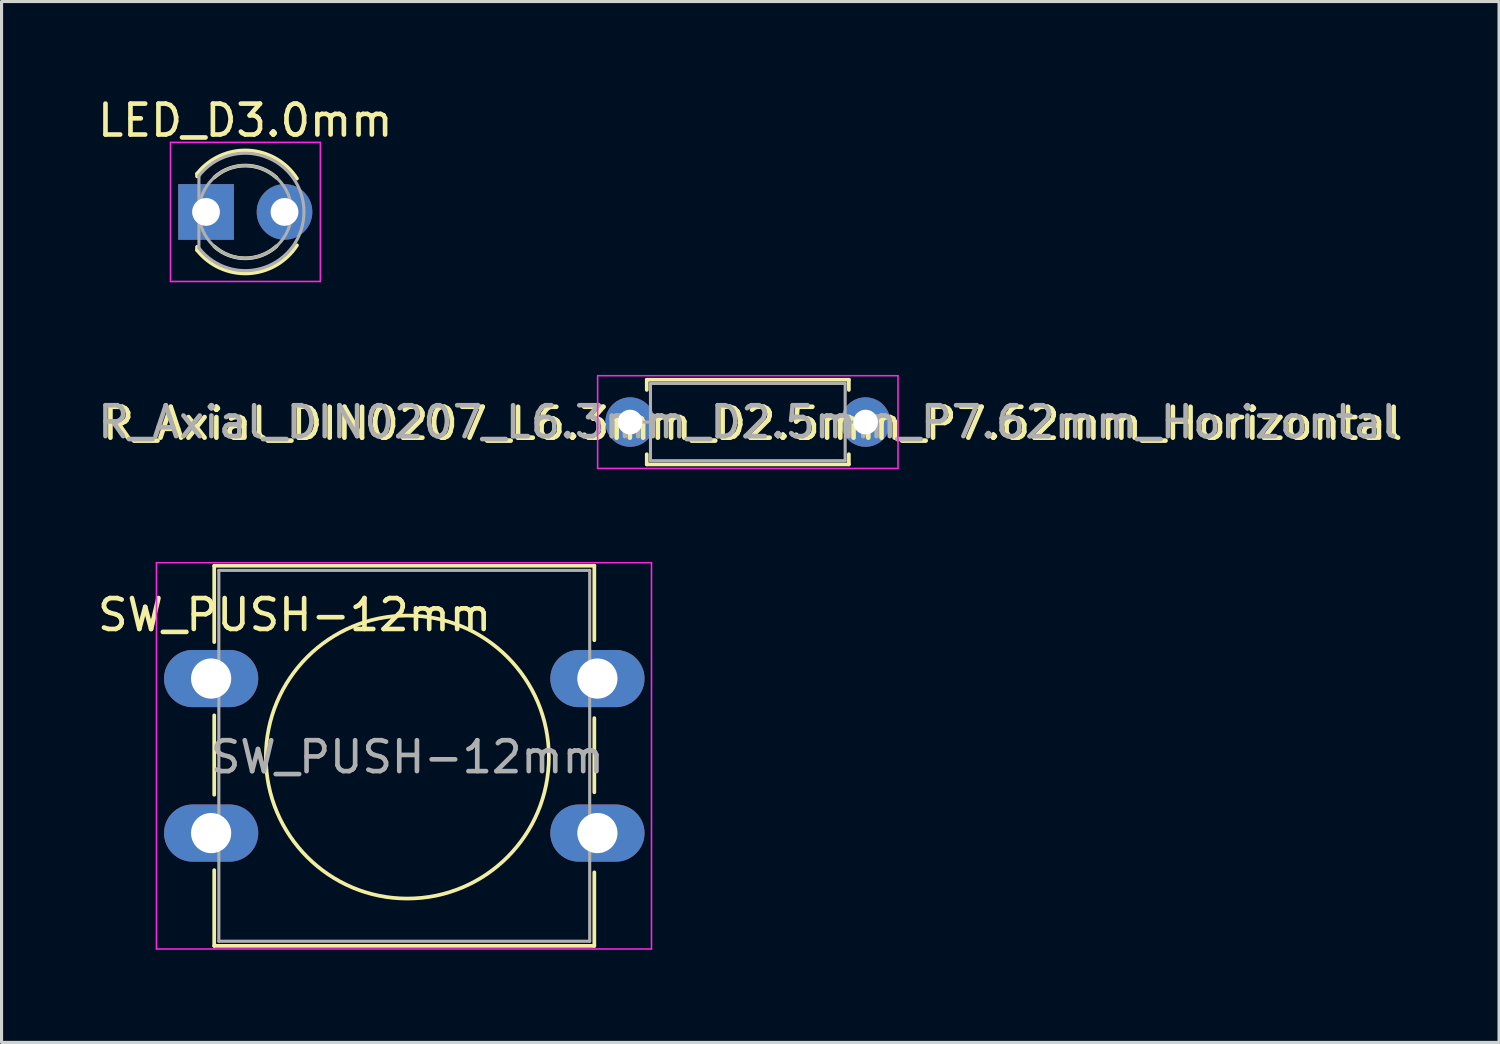
<source format=kicad_pcb>
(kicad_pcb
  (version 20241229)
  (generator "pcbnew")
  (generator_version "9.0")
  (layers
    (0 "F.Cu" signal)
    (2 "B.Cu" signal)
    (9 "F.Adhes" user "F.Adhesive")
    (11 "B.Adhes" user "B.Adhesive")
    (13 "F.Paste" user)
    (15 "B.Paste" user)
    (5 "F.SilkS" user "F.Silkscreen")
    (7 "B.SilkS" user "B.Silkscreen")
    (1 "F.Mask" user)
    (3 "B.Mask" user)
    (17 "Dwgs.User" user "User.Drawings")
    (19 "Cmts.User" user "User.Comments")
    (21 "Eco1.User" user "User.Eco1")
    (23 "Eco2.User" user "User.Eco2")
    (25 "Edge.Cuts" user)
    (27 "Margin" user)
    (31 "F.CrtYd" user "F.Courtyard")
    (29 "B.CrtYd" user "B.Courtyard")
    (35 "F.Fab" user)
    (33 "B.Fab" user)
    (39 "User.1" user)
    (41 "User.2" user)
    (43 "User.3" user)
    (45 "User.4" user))
  (footprint "R_Axial_DIN0207_L6.3mm_D2.5mm_P7.62mm_Horizontal"
    (layer "F.Cu")
    (at 17.339 10.608)
    (property "Reference" "R_Axial_DIN0207_L6.3mm_D2.5mm_P7.62mm_Horizontal" (at 3.97 0.05 0) (layer "F.SilkS") (effects (font (size 1 1) (thickness 0.15))))
    (attr through_hole)
    (fp_line (start 0.54 -1.37) (end 7.08 -1.37) (stroke (width 0.12) (type solid)) (layer "F.SilkS"))
    (fp_line (start 0.54 -1.04) (end 0.54 -1.37) (stroke (width 0.12) (type solid)) (layer "F.SilkS"))
    (fp_line (start 0.54 1.04) (end 0.54 1.37) (stroke (width 0.12) (type solid)) (layer "F.SilkS"))
    (fp_line (start 0.54 1.37) (end 7.08 1.37) (stroke (width 0.12) (type solid)) (layer "F.SilkS"))
    (fp_line (start 7.08 -1.37) (end 7.08 -1.04) (stroke (width 0.12) (type solid)) (layer "F.SilkS"))
    (fp_line (start 7.08 1.37) (end 7.08 1.04) (stroke (width 0.12) (type solid)) (layer "F.SilkS"))
    (fp_line (start -1.05 -1.5) (end -1.05 1.5) (stroke (width 0.05) (type solid)) (layer "F.CrtYd"))
    (fp_line (start -1.05 1.5) (end 8.67 1.5) (stroke (width 0.05) (type solid)) (layer "F.CrtYd"))
    (fp_line (start 8.67 -1.5) (end -1.05 -1.5) (stroke (width 0.05) (type solid)) (layer "F.CrtYd"))
    (fp_line (start 8.67 1.5) (end 8.67 -1.5) (stroke (width 0.05) (type solid)) (layer "F.CrtYd"))
    (fp_line (start 0 0) (end 0.66 0) (stroke (width 0.1) (type solid)) (layer "F.Fab"))
    (fp_line (start 0.66 -1.25) (end 0.66 1.25) (stroke (width 0.1) (type solid)) (layer "F.Fab"))
    (fp_line (start 0.66 1.25) (end 6.96 1.25) (stroke (width 0.1) (type solid)) (layer "F.Fab"))
    (fp_line (start 6.96 -1.25) (end 0.66 -1.25) (stroke (width 0.1) (type solid)) (layer "F.Fab"))
    (fp_line (start 6.96 1.25) (end 6.96 -1.25) (stroke (width 0.1) (type solid)) (layer "F.Fab"))
    (fp_line (start 7.62 0) (end 6.96 0) (stroke (width 0.1) (type solid)) (layer "F.Fab"))
    (fp_text user "${REFERENCE}" (at 3.81 0 0) (layer "F.Fab") (effects (font (size 1 1) (thickness 0.15))))
    (pad "1" thru_hole circle (at 0 0) (size 1.6 1.6) (drill 0.8) (layers "*.Cu" "*.Mask"))
    (pad "2" thru_hole oval (at 7.62 0) (size 1.6 1.6) (drill 0.8) (layers "*.Cu" "*.Mask")))
  (footprint "LED_D3.0mm"
    (layer "F.Cu")
    (at 3.617 3.808)
    (property "Reference" "LED_D3.0mm" (at 1.27 -2.96 0) (layer "F.SilkS") (effects (font (size 1 1) (thickness 0.15))))
    (attr through_hole)
    (fp_line (start -0.29 -1.236) (end -0.29 -1.15) (stroke (width 0.12) (type solid)) (layer "F.SilkS"))
    (fp_line (start -0.29 1.13) (end -0.29 1.236) (stroke (width 0.12) (type solid)) (layer "F.SilkS"))
    (fp_arc (start -0.29 -1.235516) (mid 1.366487 -1.987659) (end 2.942335 -1.078608) (stroke (width 0.12) (type solid)) (layer "F.SilkS"))
    (fp_arc (start 0.270488 -1.119454) (mid 1.27706 -1.500717) (end 2.28 -1.11) (stroke (width 0.12) (type solid)) (layer "F.SilkS"))
    (fp_arc (start 2.28 1.11) (mid 1.27706 1.500717) (end 0.270488 1.119454) (stroke (width 0.12) (type solid)) (layer "F.SilkS"))
    (fp_arc (start 2.942335 1.078608) (mid 1.366487 1.987659) (end -0.29 1.235516) (stroke (width 0.12) (type solid)) (layer "F.SilkS"))
    (fp_line (start -1.15 -2.25) (end -1.15 2.25) (stroke (width 0.05) (type solid)) (layer "F.CrtYd"))
    (fp_line (start -1.15 2.25) (end 3.7 2.25) (stroke (width 0.05) (type solid)) (layer "F.CrtYd"))
    (fp_line (start 3.7 -2.25) (end -1.15 -2.25) (stroke (width 0.05) (type solid)) (layer "F.CrtYd"))
    (fp_line (start 3.7 2.25) (end 3.7 -2.25) (stroke (width 0.05) (type solid)) (layer "F.CrtYd"))
    (fp_line (start -0.23 -1.166) (end -0.23 1.166) (stroke (width 0.1) (type solid)) (layer "F.Fab"))
    (fp_arc (start -0.23 -1.16619) (mid 3.17 0.000452) (end -0.230555 1.165476) (stroke (width 0.1) (type solid)) (layer "F.Fab"))
    (fp_circle (center 1.27 0) (end 2.77 0) (stroke (width 0.1) (type solid)) (fill no) (layer "F.Fab"))
    (pad "1" thru_hole rect (at 0 0) (size 1.8 1.8) (drill 0.9) (layers "*.Cu" "*.Mask"))
    (pad "2" thru_hole circle (at 2.54 0) (size 1.8 1.8) (drill 0.9) (layers "*.Cu" "*.Mask")))
  (footprint "SW_PUSH-12mm"
    (layer "F.Cu")
    (at 3.782 18.908)
    (property "Reference" "SW_PUSH-12mm" (at 2.7 -2.06 0) (layer "F.SilkS") (effects (font (size 1 1) (thickness 0.15))))
    (attr through_hole)
    (fp_line (start 0.1 -3.65) (end 12.4 -3.65) (stroke (width 0.12) (type solid)) (layer "F.SilkS"))
    (fp_line (start 0.1 -1.18) (end 0.1 -3.65) (stroke (width 0.12) (type solid)) (layer "F.SilkS"))
    (fp_line (start 0.1 3.76) (end 0.1 1.19) (stroke (width 0.12) (type solid)) (layer "F.SilkS"))
    (fp_line (start 0.1 8.65) (end 0.1 6.2) (stroke (width 0.12) (type solid)) (layer "F.SilkS"))
    (fp_line (start 12.4 -3.65) (end 12.4 -1.24) (stroke (width 0.12) (type solid)) (layer "F.SilkS"))
    (fp_line (start 12.4 1.28) (end 12.4 3.68) (stroke (width 0.12) (type solid)) (layer "F.SilkS"))
    (fp_line (start 12.4 6.27) (end 12.4 8.65) (stroke (width 0.12) (type solid)) (layer "F.SilkS"))
    (fp_line (start 12.4 8.65) (end 0.1 8.65) (stroke (width 0.12) (type solid)) (layer "F.SilkS"))
    (fp_circle (center 6.35 2.54) (end 10.16 5.08) (stroke (width 0.12) (type solid)) (fill no) (layer "F.SilkS"))
    (fp_line (start -1.77 -3.75) (end -1.77 8.75) (stroke (width 0.05) (type solid)) (layer "F.CrtYd"))
    (fp_line (start -1.77 -3.75) (end 14.25 -3.75) (stroke (width 0.05) (type solid)) (layer "F.CrtYd"))
    (fp_line (start 14.25 8.75) (end -1.77 8.75) (stroke (width 0.05) (type solid)) (layer "F.CrtYd"))
    (fp_line (start 14.25 8.75) (end 14.25 -3.75) (stroke (width 0.05) (type solid)) (layer "F.CrtYd"))
    (fp_line (start 0.25 -3.5) (end 0.25 8.5) (stroke (width 0.1) (type solid)) (layer "F.Fab"))
    (fp_line (start 0.25 -3.5) (end 12.25 -3.5) (stroke (width 0.1) (type solid)) (layer "F.Fab"))
    (fp_line (start 0.25 8.5) (end 12.25 8.5) (stroke (width 0.1) (type solid)) (layer "F.Fab"))
    (fp_line (start 12.25 -3.5) (end 12.25 8.5) (stroke (width 0.1) (type solid)) (layer "F.Fab"))
    (fp_text user "${REFERENCE}" (at 6.35 2.54 0) (layer "F.Fab") (effects (font (size 1 1) (thickness 0.15))))
    (pad "1" thru_hole oval (at 0 0) (size 3.048 1.85) (drill 1.3) (layers "*.Cu" "*.Mask"))
    (pad "2" thru_hole oval (at 0 5) (size 3.048 1.85) (drill 1.3) (layers "*.Cu" "*.Mask"))
    (pad "3" thru_hole oval (at 12.5 5) (size 3.048 1.85) (drill 1.3) (layers "*.Cu" "*.Mask"))
    (pad "4" thru_hole oval (at 12.5 0) (size 3.048 1.85) (drill 1.3) (layers "*.Cu" "*.Mask")))
  (gr_rect
    (start -3 -3)
    (end 45.458 30.683)
    (stroke (width 0.1) (type default))
    (fill no)
    (layer "Edge.Cuts")))
</source>
